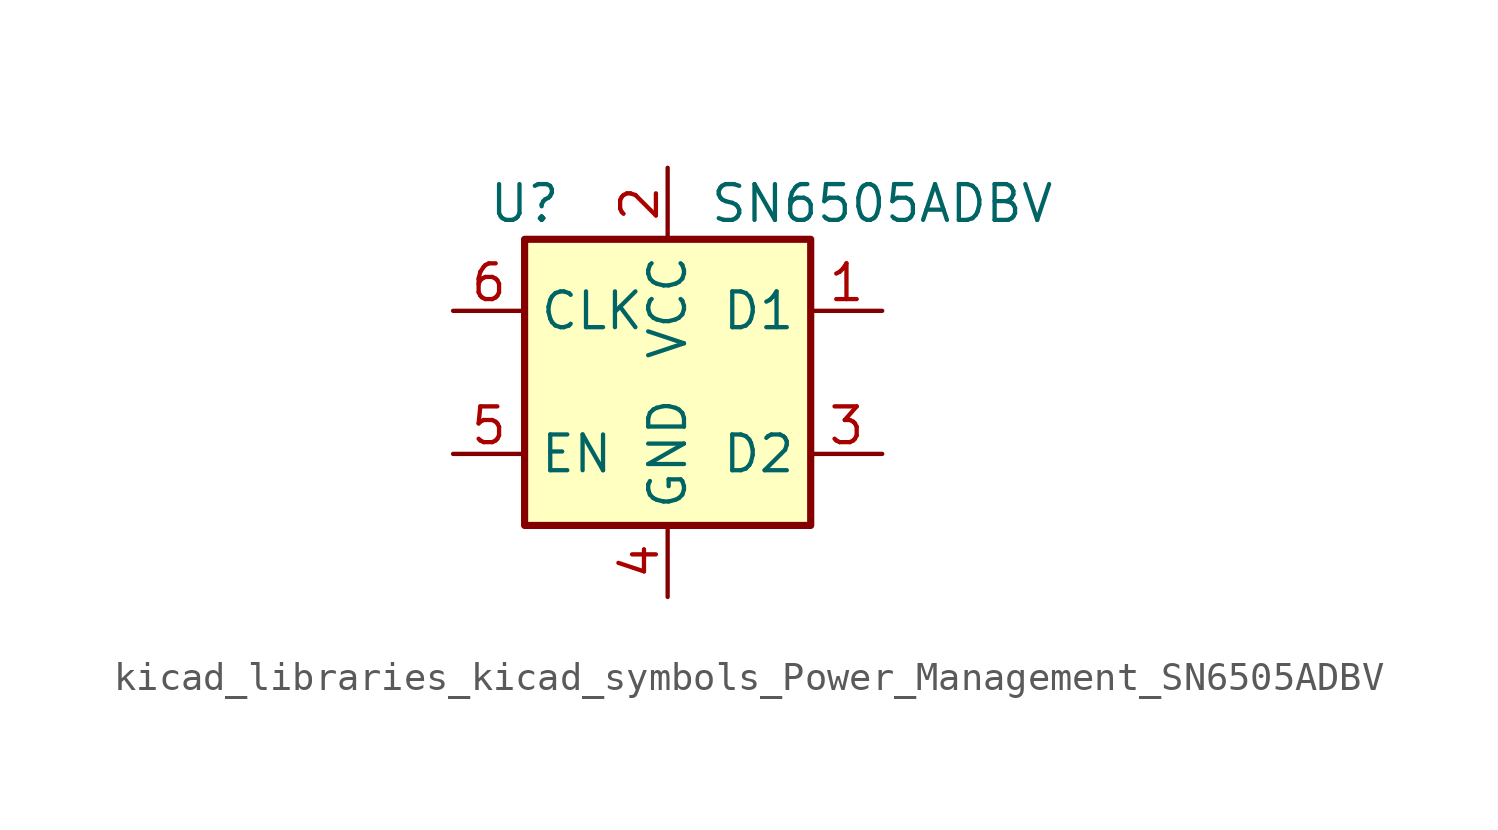
<source format=kicad_sym>
(kicad_symbol_lib
  (version 20220914)
  (generator kicad_symbol_editor)
  (symbol "kicad_libraries_kicad_symbols_Power_Management_SN6505ADBV"
    (property "Reference" "U"
      (at -5.08 6.35 0)
      (effects (font (size 1.27 1.27))))
    (property "Value" "SN6505ADBV"
      (at 7.62 6.35 0)
      (effects (font (size 1.27 1.27))))
    (symbol "kicad_libraries_kicad_symbols_Power_Management_SN6505ADBV_0_1"
      (rectangle (start -5.08 5.08) (end 5.08 -5.08) (stroke (width 0.254) (type default)) (fill (type background))))
    (symbol "kicad_libraries_kicad_symbols_Power_Management_SN6505ADBV_1_1"
      (pin open_collector line (at 7.62 2.54 180) (length 2.54) (name "D1" (effects (font (size 1.27 1.27)))) (number "1" (effects (font (size 1.27 1.27)))))
      (pin power_in line (at 0 7.62 270) (length 2.54) (name "VCC" (effects (font (size 1.27 1.27)))) (number "2" (effects (font (size 1.27 1.27)))))
      (pin open_collector line (at 7.62 -2.54 180) (length 2.54) (name "D2" (effects (font (size 1.27 1.27)))) (number "3" (effects (font (size 1.27 1.27)))))
      (pin power_in line (at 0 -7.62 90) (length 2.54) (name "GND" (effects (font (size 1.27 1.27)))) (number "4" (effects (font (size 1.27 1.27)))))
      (pin input line (at -7.62 -2.54 0) (length 2.54) (name "EN" (effects (font (size 1.27 1.27)))) (number "5" (effects (font (size 1.27 1.27)))))
      (pin input line (at -7.62 2.54 0) (length 2.54) (name "CLK" (effects (font (size 1.27 1.27)))) (number "6" (effects (font (size 1.27 1.27))))))))
</source>
